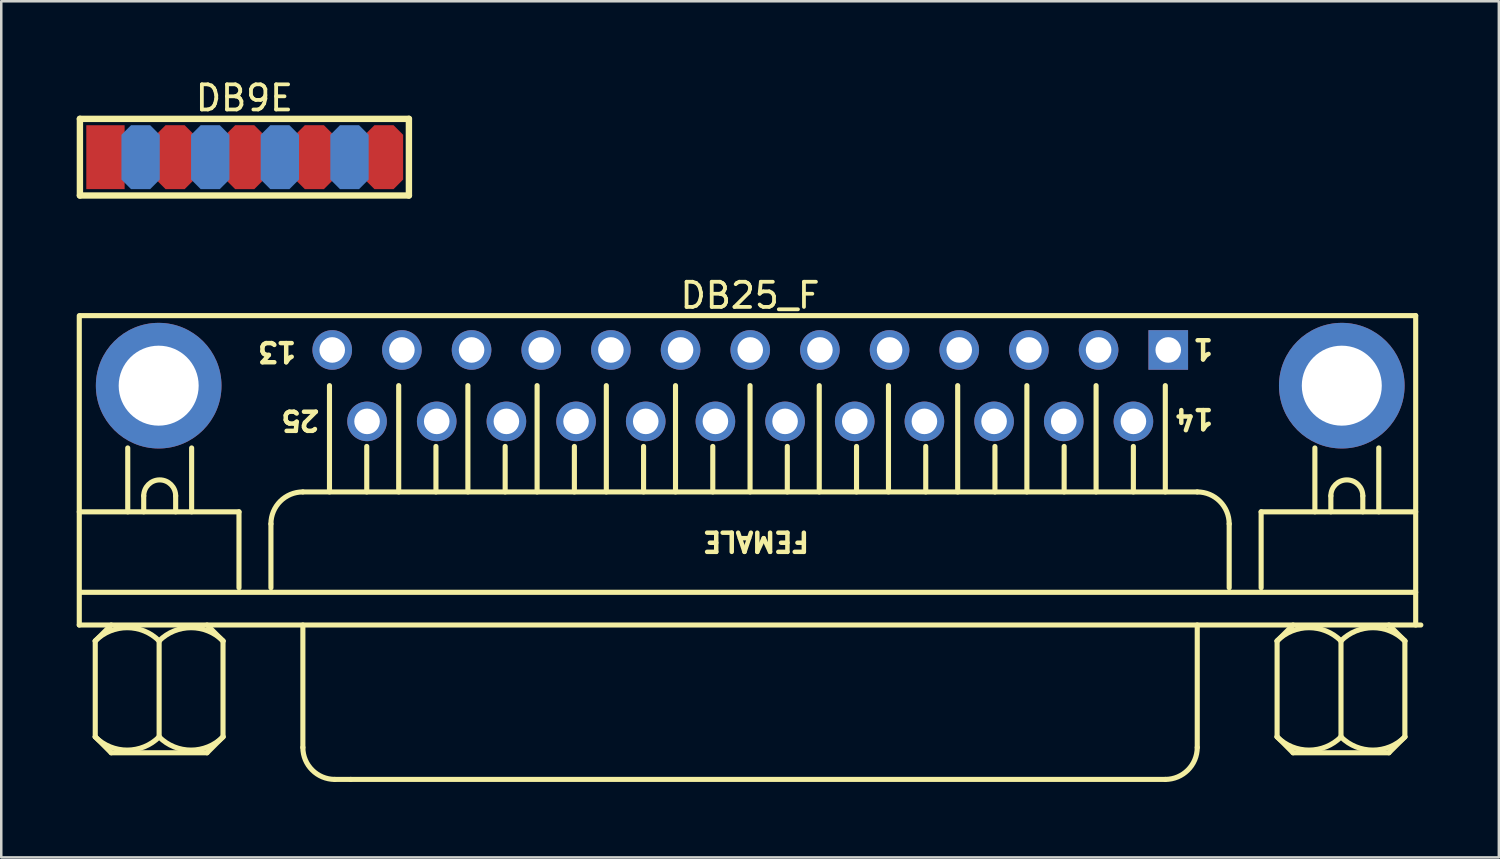
<source format=kicad_pcb>
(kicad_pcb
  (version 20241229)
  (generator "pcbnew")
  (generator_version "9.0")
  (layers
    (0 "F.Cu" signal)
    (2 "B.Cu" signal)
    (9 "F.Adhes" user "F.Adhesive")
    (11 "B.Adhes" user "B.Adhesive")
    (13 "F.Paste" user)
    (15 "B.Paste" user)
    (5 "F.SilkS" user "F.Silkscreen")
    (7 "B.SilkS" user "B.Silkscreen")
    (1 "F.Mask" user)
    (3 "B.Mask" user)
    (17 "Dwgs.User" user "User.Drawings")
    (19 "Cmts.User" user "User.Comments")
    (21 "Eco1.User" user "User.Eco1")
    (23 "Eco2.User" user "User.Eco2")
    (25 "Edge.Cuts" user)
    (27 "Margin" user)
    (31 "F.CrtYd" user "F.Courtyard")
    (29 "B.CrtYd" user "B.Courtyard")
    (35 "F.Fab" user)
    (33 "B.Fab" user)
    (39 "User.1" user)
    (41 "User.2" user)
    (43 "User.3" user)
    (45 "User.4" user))
  (footprint "DB25_F"
    (layer "F.Cu")
    (at 43.399 10.864)
    (property "Reference" "DB25_F" (at -16.627 -2.166 0) (layer "F.SilkS") (effects (font (size 1 1) (thickness 0.15))))
    (fp_line (start -43.297 6.436) (end -36.947 6.436) (stroke (width 0.203) (type solid)) (layer "F.SilkS"))
    (fp_line (start -43.297 10.936) (end -43.297 -1.364) (stroke (width 0.203) (type solid)) (layer "F.SilkS"))
    (fp_line (start -43.297 10.936) (end 10.043 10.936) (stroke (width 0.203) (type solid)) (layer "F.SilkS"))
    (fp_line (start -43.262 -1.364) (end 9.838 -1.364) (stroke (width 0.203) (type solid)) (layer "F.SilkS"))
    (fp_line (start -43.262 9.636) (end 9.838 9.636) (stroke (width 0.203) (type solid)) (layer "F.SilkS"))
    (fp_line (start -42.662 11.571) (end -42.027 10.936) (stroke (width 0.203) (type solid)) (layer "F.SilkS"))
    (fp_line (start -42.662 15.381) (end -42.662 11.571) (stroke (width 0.203) (type solid)) (layer "F.SilkS"))
    (fp_line (start -42.662 15.381) (end -42.027 16.016) (stroke (width 0.203) (type solid)) (layer "F.SilkS"))
    (fp_line (start -42.027 16.016) (end -38.217 16.016) (stroke (width 0.203) (type solid)) (layer "F.SilkS"))
    (fp_line (start -41.37 6.436) (end -41.37 3.896) (stroke (width 0.203) (type solid)) (layer "F.SilkS"))
    (fp_line (start -40.735 6.436) (end -40.735 5.801) (stroke (width 0.203) (type solid)) (layer "F.SilkS"))
    (fp_line (start -40.122 15.381) (end -40.122 11.571) (stroke (width 0.203) (type solid)) (layer "F.SilkS"))
    (fp_line (start -39.465 6.436) (end -39.465 5.801) (stroke (width 0.203) (type solid)) (layer "F.SilkS"))
    (fp_line (start -38.83 6.436) (end -38.83 3.896) (stroke (width 0.203) (type solid)) (layer "F.SilkS"))
    (fp_line (start -38.217 10.936) (end -37.582 11.571) (stroke (width 0.203) (type solid)) (layer "F.SilkS"))
    (fp_line (start -38.217 16.016) (end -37.582 15.381) (stroke (width 0.203) (type solid)) (layer "F.SilkS"))
    (fp_line (start -37.582 15.381) (end -37.582 11.571) (stroke (width 0.203) (type solid)) (layer "F.SilkS"))
    (fp_line (start -36.947 9.455) (end -36.947 6.436) (stroke (width 0.203) (type solid)) (layer "F.SilkS"))
    (fp_line (start -35.677 9.455) (end -35.677 6.915) (stroke (width 0.203) (type solid)) (layer "F.SilkS"))
    (fp_line (start -34.407 5.645) (end 1.153 5.645) (stroke (width 0.203) (type solid)) (layer "F.SilkS"))
    (fp_line (start -34.407 15.805) (end -34.407 10.936) (stroke (width 0.203) (type solid)) (layer "F.SilkS"))
    (fp_line (start -33.349 5.645) (end -33.349 1.418) (stroke (width 0.203) (type solid)) (layer "F.SilkS"))
    (fp_line (start -33.137 17.075) (end -32.502 17.075) (stroke (width 0.203) (type solid)) (layer "F.SilkS"))
    (fp_line (start -32.502 17.075) (end -0.117 17.075) (stroke (width 0.203) (type solid)) (layer "F.SilkS"))
    (fp_line (start -31.867 5.645) (end -31.867 3.836) (stroke (width 0.203) (type solid)) (layer "F.SilkS"))
    (fp_line (start -30.597 5.645) (end -30.597 1.418) (stroke (width 0.203) (type solid)) (layer "F.SilkS"))
    (fp_line (start -29.116 5.645) (end -29.116 3.836) (stroke (width 0.203) (type solid)) (layer "F.SilkS"))
    (fp_line (start -27.846 5.645) (end -27.846 1.418) (stroke (width 0.203) (type solid)) (layer "F.SilkS"))
    (fp_line (start -26.364 5.645) (end -26.364 3.836) (stroke (width 0.203) (type solid)) (layer "F.SilkS"))
    (fp_line (start -25.094 5.645) (end -25.094 1.418) (stroke (width 0.203) (type solid)) (layer "F.SilkS"))
    (fp_line (start -23.612 5.645) (end -23.612 3.836) (stroke (width 0.203) (type solid)) (layer "F.SilkS"))
    (fp_line (start -22.342 5.645) (end -22.342 1.418) (stroke (width 0.203) (type solid)) (layer "F.SilkS"))
    (fp_line (start -20.861 5.645) (end -20.861 3.836) (stroke (width 0.203) (type solid)) (layer "F.SilkS"))
    (fp_line (start -19.591 5.645) (end -19.591 1.418) (stroke (width 0.203) (type solid)) (layer "F.SilkS"))
    (fp_line (start -18.109 5.645) (end -18.109 3.836) (stroke (width 0.203) (type solid)) (layer "F.SilkS"))
    (fp_line (start -16.627 5.645) (end -16.627 1.418) (stroke (width 0.203) (type solid)) (layer "F.SilkS"))
    (fp_line (start -15.146 5.645) (end -15.146 3.836) (stroke (width 0.203) (type solid)) (layer "F.SilkS"))
    (fp_line (start -13.876 5.645) (end -13.876 1.418) (stroke (width 0.203) (type solid)) (layer "F.SilkS"))
    (fp_line (start -12.394 5.645) (end -12.394 3.836) (stroke (width 0.203) (type solid)) (layer "F.SilkS"))
    (fp_line (start -11.124 5.645) (end -11.124 1.418) (stroke (width 0.203) (type solid)) (layer "F.SilkS"))
    (fp_line (start -9.642 5.645) (end -9.642 3.836) (stroke (width 0.203) (type solid)) (layer "F.SilkS"))
    (fp_line (start -8.372 5.645) (end -8.372 1.418) (stroke (width 0.203) (type solid)) (layer "F.SilkS"))
    (fp_line (start -6.891 5.645) (end -6.891 3.836) (stroke (width 0.203) (type solid)) (layer "F.SilkS"))
    (fp_line (start -5.621 5.645) (end -5.621 1.418) (stroke (width 0.203) (type solid)) (layer "F.SilkS"))
    (fp_line (start -4.139 5.645) (end -4.139 3.836) (stroke (width 0.203) (type solid)) (layer "F.SilkS"))
    (fp_line (start -2.869 5.645) (end -2.869 1.418) (stroke (width 0.203) (type solid)) (layer "F.SilkS"))
    (fp_line (start -1.387 5.645) (end -1.387 3.836) (stroke (width 0.203) (type solid)) (layer "F.SilkS"))
    (fp_line (start -0.117 5.645) (end -0.117 1.418) (stroke (width 0.203) (type solid)) (layer "F.SilkS"))
    (fp_line (start 1.153 15.805) (end 1.153 10.936) (stroke (width 0.203) (type solid)) (layer "F.SilkS"))
    (fp_line (start 2.423 9.455) (end 2.423 6.915) (stroke (width 0.203) (type solid)) (layer "F.SilkS"))
    (fp_line (start 3.693 9.455) (end 3.693 6.436) (stroke (width 0.203) (type solid)) (layer "F.SilkS"))
    (fp_line (start 3.693 6.436) (end 9.838 6.436) (stroke (width 0.203) (type solid)) (layer "F.SilkS"))
    (fp_line (start 4.328 11.571) (end 4.963 10.936) (stroke (width 0.203) (type solid)) (layer "F.SilkS"))
    (fp_line (start 4.328 15.381) (end 4.328 11.571) (stroke (width 0.203) (type solid)) (layer "F.SilkS"))
    (fp_line (start 4.328 15.381) (end 4.963 16.016) (stroke (width 0.203) (type solid)) (layer "F.SilkS"))
    (fp_line (start 4.963 16.016) (end 8.773 16.016) (stroke (width 0.203) (type solid)) (layer "F.SilkS"))
    (fp_line (start 5.83 6.436) (end 5.83 3.896) (stroke (width 0.203) (type solid)) (layer "F.SilkS"))
    (fp_line (start 6.465 6.436) (end 6.465 5.801) (stroke (width 0.203) (type solid)) (layer "F.SilkS"))
    (fp_line (start 6.868 15.381) (end 6.868 11.571) (stroke (width 0.203) (type solid)) (layer "F.SilkS"))
    (fp_line (start 7.735 6.436) (end 7.735 5.801) (stroke (width 0.203) (type solid)) (layer "F.SilkS"))
    (fp_line (start 8.37 6.436) (end 8.37 3.896) (stroke (width 0.203) (type solid)) (layer "F.SilkS"))
    (fp_line (start 8.773 10.936) (end 9.408 11.571) (stroke (width 0.203) (type solid)) (layer "F.SilkS"))
    (fp_line (start 8.773 16.016) (end 9.408 15.381) (stroke (width 0.203) (type solid)) (layer "F.SilkS"))
    (fp_line (start 9.408 15.381) (end 9.408 11.571) (stroke (width 0.203) (type solid)) (layer "F.SilkS"))
    (fp_line (start 9.838 10.936) (end 9.838 -1.364) (stroke (width 0.203) (type solid)) (layer "F.SilkS"))
    (fp_arc (start -42.664538 11.569122) (mid -41.39234 11.04216) (end -40.120142 11.569122) (stroke (width 0.2032) (type solid)) (layer "F.SilkS"))
    (fp_arc (start -40.73468 5.80132) (mid -40.09968 5.16632) (end -39.46468 5.80132) (stroke (width 0.2032) (type solid)) (layer "F.SilkS"))
    (fp_arc (start -40.124538 11.569122) (mid -38.85234 11.04216) (end -37.580142 11.569122) (stroke (width 0.2032) (type solid)) (layer "F.SilkS"))
    (fp_arc (start -40.120142 15.383518) (mid -41.39234 15.91048) (end -42.664538 15.383518) (stroke (width 0.2032) (type solid)) (layer "F.SilkS"))
    (fp_arc (start -37.580142 15.383518) (mid -38.85234 15.91048) (end -40.124538 15.383518) (stroke (width 0.2032) (type solid)) (layer "F.SilkS"))
    (fp_arc (start -35.67734 6.91466) (mid -35.305366 6.016634) (end -34.40734 5.64466) (stroke (width 0.2032) (type solid)) (layer "F.SilkS"))
    (fp_arc (start -33.13734 17.07466) (mid -34.035366 16.702686) (end -34.40734 15.80466) (stroke (width 0.2032) (type solid)) (layer "F.SilkS"))
    (fp_arc (start 1.15266 5.64466) (mid 2.050686 6.016634) (end 2.42266 6.91466) (stroke (width 0.2032) (type solid)) (layer "F.SilkS"))
    (fp_arc (start 1.15266 15.80466) (mid 0.780686 16.702686) (end -0.11734 17.07466) (stroke (width 0.2032) (type solid)) (layer "F.SilkS"))
    (fp_arc (start 4.325462 11.569122) (mid 5.59766 11.04216) (end 6.869858 11.569122) (stroke (width 0.2032) (type solid)) (layer "F.SilkS"))
    (fp_arc (start 6.46532 5.80132) (mid 7.10032 5.16632) (end 7.73532 5.80132) (stroke (width 0.2032) (type solid)) (layer "F.SilkS"))
    (fp_arc (start 6.865462 11.569122) (mid 8.13766 11.04216) (end 9.409858 11.569122) (stroke (width 0.2032) (type solid)) (layer "F.SilkS"))
    (fp_arc (start 6.869858 15.383518) (mid 5.59766 15.91048) (end 4.325462 15.383518) (stroke (width 0.2032) (type solid)) (layer "F.SilkS"))
    (fp_arc (start 9.409858 15.383518) (mid 8.13766 15.91048) (end 6.865462 15.383518) (stroke (width 0.2032) (type solid)) (layer "F.SilkS"))
    (fp_text user "FEMALE" (at -14.19 7.163 180) (unlocked yes) (layer "F.SilkS") (effects (font (size 0.762 0.762) (thickness 0.178)) (justify left bottom)))
    (fp_text user "13" (at -34.59 -0.376 180) (unlocked yes) (layer "F.SilkS") (effects (font (size 0.762 0.762) (thickness 0.178)) (justify left bottom)))
    (fp_text user "1" (at 1.865 -0.488 180) (unlocked yes) (layer "F.SilkS") (effects (font (size 0.762 0.762) (thickness 0.178)) (justify left bottom)))
    (fp_text user "14" (at 1.87 2.289 180) (unlocked yes) (layer "F.SilkS") (effects (font (size 0.762 0.762) (thickness 0.178)) (justify left bottom)))
    (fp_text user "25" (at -33.665 2.352 180) (unlocked yes) (layer "F.SilkS") (effects (font (size 0.762 0.762) (thickness 0.178)) (justify left bottom)))
    (pad "1" thru_hole rect (at 0 0 180) (size 1.575 1.575) (drill 1.016) (layers "*.Cu" "*.Mask"))
    (pad "2" thru_hole circle (at -2.77 0 180) (size 1.575 1.575) (drill 1.016) (layers "*.Cu" "*.Mask"))
    (pad "3" thru_hole circle (at -5.54 0 180) (size 1.575 1.575) (drill 1.016) (layers "*.Cu" "*.Mask"))
    (pad "4" thru_hole circle (at -8.31 0 180) (size 1.575 1.575) (drill 1.016) (layers "*.Cu" "*.Mask"))
    (pad "5" thru_hole circle (at -11.08 0 180) (size 1.575 1.575) (drill 1.016) (layers "*.Cu" "*.Mask"))
    (pad "6" thru_hole circle (at -13.85 0 180) (size 1.575 1.575) (drill 1.016) (layers "*.Cu" "*.Mask"))
    (pad "7" thru_hole circle (at -16.62 0 180) (size 1.575 1.575) (drill 1.016) (layers "*.Cu" "*.Mask"))
    (pad "8" thru_hole circle (at -19.39 0 180) (size 1.575 1.575) (drill 1.016) (layers "*.Cu" "*.Mask"))
    (pad "9" thru_hole circle (at -22.16 0 180) (size 1.575 1.575) (drill 1.016) (layers "*.Cu" "*.Mask"))
    (pad "10" thru_hole circle (at -24.93 0 180) (size 1.575 1.575) (drill 1.016) (layers "*.Cu" "*.Mask"))
    (pad "11" thru_hole circle (at -27.7 0 180) (size 1.575 1.575) (drill 1.016) (layers "*.Cu" "*.Mask"))
    (pad "12" thru_hole circle (at -30.47 0 180) (size 1.575 1.575) (drill 1.016) (layers "*.Cu" "*.Mask"))
    (pad "13" thru_hole circle (at -33.24 0 180) (size 1.575 1.575) (drill 1.016) (layers "*.Cu" "*.Mask"))
    (pad "14" thru_hole circle (at -1.385 2.84 180) (size 1.575 1.575) (drill 1.016) (layers "*.Cu" "*.Mask"))
    (pad "15" thru_hole circle (at -4.155 2.84 180) (size 1.575 1.575) (drill 1.016) (layers "*.Cu" "*.Mask"))
    (pad "16" thru_hole circle (at -6.925 2.84 180) (size 1.575 1.575) (drill 1.016) (layers "*.Cu" "*.Mask"))
    (pad "17" thru_hole circle (at -9.695 2.84 180) (size 1.575 1.575) (drill 1.016) (layers "*.Cu" "*.Mask"))
    (pad "18" thru_hole circle (at -12.465 2.84 180) (size 1.575 1.575) (drill 1.016) (layers "*.Cu" "*.Mask"))
    (pad "19" thru_hole circle (at -15.235 2.84 180) (size 1.575 1.575) (drill 1.016) (layers "*.Cu" "*.Mask"))
    (pad "20" thru_hole circle (at -18.005 2.84 180) (size 1.575 1.575) (drill 1.016) (layers "*.Cu" "*.Mask"))
    (pad "21" thru_hole circle (at -20.775 2.84 180) (size 1.575 1.575) (drill 1.016) (layers "*.Cu" "*.Mask"))
    (pad "22" thru_hole circle (at -23.545 2.84 180) (size 1.575 1.575) (drill 1.016) (layers "*.Cu" "*.Mask"))
    (pad "23" thru_hole circle (at -26.315 2.84 180) (size 1.575 1.575) (drill 1.016) (layers "*.Cu" "*.Mask"))
    (pad "24" thru_hole circle (at -29.085 2.84 180) (size 1.575 1.575) (drill 1.016) (layers "*.Cu" "*.Mask"))
    (pad "25" thru_hole circle (at -31.855 2.84 180) (size 1.575 1.575) (drill 1.016) (layers "*.Cu" "*.Mask"))
    (pad "BO1" thru_hole circle (at 6.9 1.42 180) (size 4.995 4.995) (drill 3.18) (layers "*.Cu" "*.Mask"))
    (pad "BO2" thru_hole circle (at -40.14 1.42 180) (size 4.995 4.995) (drill 3.18) (layers "*.Cu" "*.Mask")))
  (footprint "DB9E"
    (layer "F.Cu")
    (at 1.143 3.199)
    (property "Reference" "DB9E" (at 5.524 -2.351 0) (layer "F.SilkS") (effects (font (size 1 1) (thickness 0.15))))
    (fp_line (start -1.016 -1.524) (end 12.065 -1.524) (stroke (width 0.254) (type solid)) (layer "F.SilkS"))
    (fp_line (start -1.016 1.524) (end -1.016 -1.524) (stroke (width 0.254) (type solid)) (layer "F.SilkS"))
    (fp_line (start -1.016 1.524) (end 12.065 1.524) (stroke (width 0.254) (type solid)) (layer "F.SilkS"))
    (fp_line (start 12.065 1.524) (end 12.065 -1.524) (stroke (width 0.254) (type solid)) (layer "F.SilkS"))
    (pad "1" smd rect (at 0 0) (size 1.524 2.54) (layers "F.Cu" "F.Mask" "F.Paste"))
    (pad "2" smd roundrect (at 2.769 0) (size 1.524 2.54) (layers "F.Cu" "F.Mask" "F.Paste") (roundrect_rratio 0.25) (chamfer_ratio 0.25) (chamfer top_left top_right bottom_left bottom_right))
    (pad "3" smd roundrect (at 5.537 0) (size 1.524 2.54) (layers "F.Cu" "F.Mask" "F.Paste") (roundrect_rratio 0.25) (chamfer_ratio 0.25) (chamfer top_left top_right bottom_left bottom_right))
    (pad "4" smd roundrect (at 8.306 0) (size 1.524 2.54) (layers "F.Cu" "F.Mask" "F.Paste") (roundrect_rratio 0.25) (chamfer_ratio 0.25) (chamfer top_left top_right bottom_left bottom_right))
    (pad "5" smd roundrect (at 11.074 0) (size 1.524 2.54) (layers "F.Cu" "F.Mask" "F.Paste") (roundrect_rratio 0.25) (chamfer_ratio 0.25) (chamfer top_left top_right bottom_left bottom_right))
    (pad "6" smd roundrect (at 1.397 0) (size 1.524 2.54) (layers "B.Cu" "B.Mask" "B.Paste") (roundrect_rratio 0.25) (chamfer_ratio 0.25) (chamfer top_left top_right bottom_left bottom_right))
    (pad "7" smd roundrect (at 4.166 0) (size 1.524 2.54) (layers "B.Cu" "B.Mask" "B.Paste") (roundrect_rratio 0.25) (chamfer_ratio 0.25) (chamfer top_left top_right bottom_left bottom_right))
    (pad "8" smd roundrect (at 6.934 0) (size 1.524 2.54) (layers "B.Cu" "B.Mask" "B.Paste") (roundrect_rratio 0.25) (chamfer_ratio 0.25) (chamfer top_left top_right bottom_left bottom_right))
    (pad "9" smd roundrect (at 9.703 0) (size 1.524 2.54) (layers "B.Cu" "B.Mask" "B.Paste") (roundrect_rratio 0.25) (chamfer_ratio 0.25) (chamfer top_left top_right bottom_left bottom_right)))
  (gr_rect
    (start -3 -3)
    (end 56.543 31.04)
    (stroke (width 0.1) (type default))
    (fill no)
    (layer "Edge.Cuts")))
</source>
